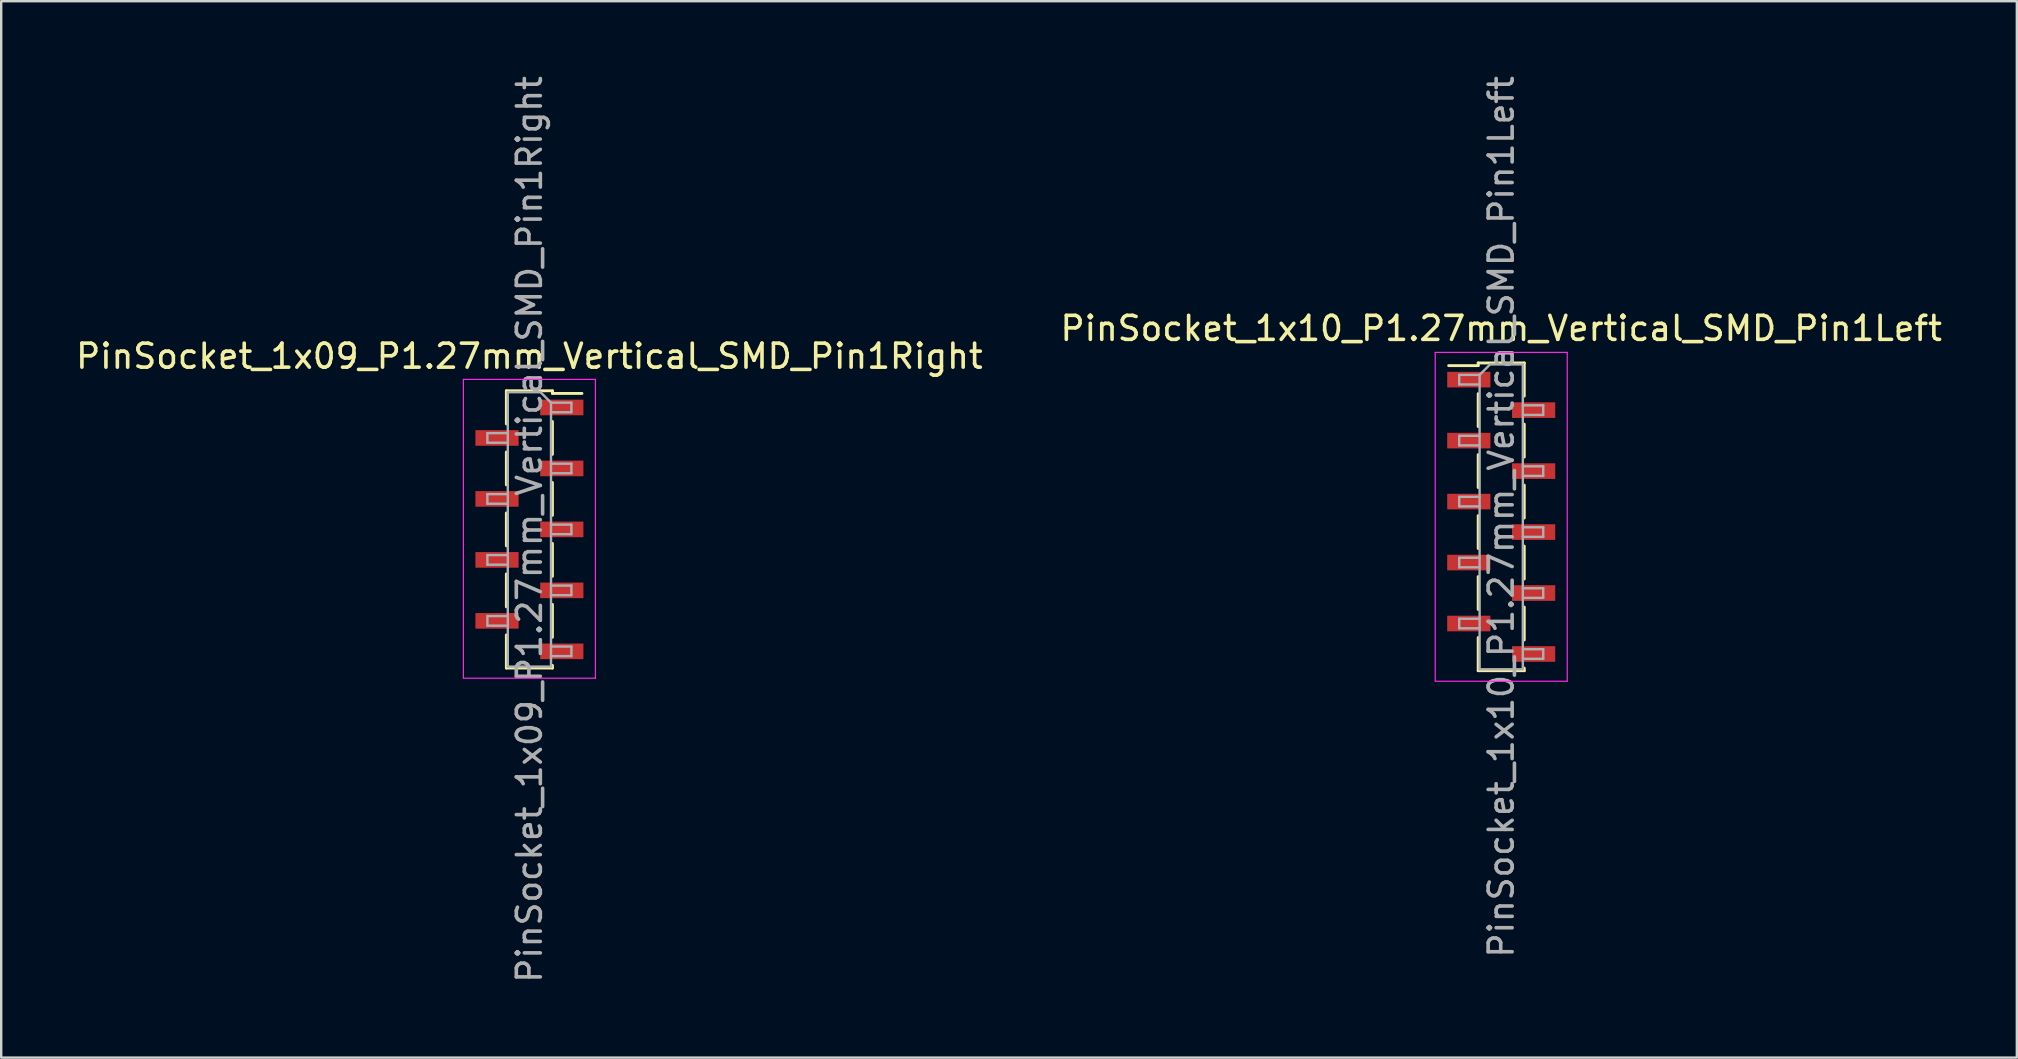
<source format=kicad_pcb>
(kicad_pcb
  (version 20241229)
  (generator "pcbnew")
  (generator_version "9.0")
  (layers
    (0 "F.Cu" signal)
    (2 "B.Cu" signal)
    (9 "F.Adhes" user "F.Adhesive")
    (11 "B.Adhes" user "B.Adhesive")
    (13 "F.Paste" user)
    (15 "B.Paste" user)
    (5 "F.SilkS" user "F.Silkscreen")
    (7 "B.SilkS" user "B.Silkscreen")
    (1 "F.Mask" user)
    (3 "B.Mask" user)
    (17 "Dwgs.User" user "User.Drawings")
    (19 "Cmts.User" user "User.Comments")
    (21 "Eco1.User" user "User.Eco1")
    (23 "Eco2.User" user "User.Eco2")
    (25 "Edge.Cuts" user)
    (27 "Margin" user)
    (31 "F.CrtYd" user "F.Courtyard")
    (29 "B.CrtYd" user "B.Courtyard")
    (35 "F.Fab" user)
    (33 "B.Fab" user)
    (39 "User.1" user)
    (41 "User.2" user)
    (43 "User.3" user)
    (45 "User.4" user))
  (footprint "PinSocket_1x10_P1.27mm_Vertical_SMD_Pin1Left"
    (layer "F.Cu")
    (at 59.494 18.482)
    (property "Reference" "PinSocket_1x10_P1.27mm_Vertical_SMD_Pin1Left" (at 0 -7.85 0) (layer "F.SilkS") (effects (font (size 1 1) (thickness 0.15))))
    (attr smd)
    (fp_line (start -2.19 -6.3) (end -0.96 -6.3) (stroke (width 0.12) (type solid)) (layer "F.SilkS"))
    (fp_line (start -0.96 -6.41) (end -0.96 -6.3) (stroke (width 0.12) (type solid)) (layer "F.SilkS"))
    (fp_line (start -0.96 -6.41) (end 0.96 -6.41) (stroke (width 0.12) (type solid)) (layer "F.SilkS"))
    (fp_line (start -0.96 -5.13) (end -0.96 -3.76) (stroke (width 0.12) (type solid)) (layer "F.SilkS"))
    (fp_line (start -0.96 -2.59) (end -0.96 -1.22) (stroke (width 0.12) (type solid)) (layer "F.SilkS"))
    (fp_line (start -0.96 -0.05) (end -0.96 1.32) (stroke (width 0.12) (type solid)) (layer "F.SilkS"))
    (fp_line (start -0.96 2.49) (end -0.96 3.86) (stroke (width 0.12) (type solid)) (layer "F.SilkS"))
    (fp_line (start -0.96 5.03) (end -0.96 6.41) (stroke (width 0.12) (type solid)) (layer "F.SilkS"))
    (fp_line (start -0.96 6.41) (end 0.96 6.41) (stroke (width 0.12) (type solid)) (layer "F.SilkS"))
    (fp_line (start 0.96 -6.41) (end 0.96 -5.03) (stroke (width 0.12) (type solid)) (layer "F.SilkS"))
    (fp_line (start 0.96 -3.86) (end 0.96 -2.49) (stroke (width 0.12) (type solid)) (layer "F.SilkS"))
    (fp_line (start 0.96 -1.32) (end 0.96 0.05) (stroke (width 0.12) (type solid)) (layer "F.SilkS"))
    (fp_line (start 0.96 1.22) (end 0.96 2.59) (stroke (width 0.12) (type solid)) (layer "F.SilkS"))
    (fp_line (start 0.96 3.76) (end 0.96 5.13) (stroke (width 0.12) (type solid)) (layer "F.SilkS"))
    (fp_line (start 0.96 6.3) (end 0.96 6.41) (stroke (width 0.12) (type solid)) (layer "F.SilkS"))
    (fp_line (start -2.75 -6.85) (end 2.75 -6.85) (stroke (width 0.05) (type solid)) (layer "F.CrtYd"))
    (fp_line (start -2.75 6.85) (end -2.75 -6.85) (stroke (width 0.05) (type solid)) (layer "F.CrtYd"))
    (fp_line (start 2.75 -6.85) (end 2.75 6.85) (stroke (width 0.05) (type solid)) (layer "F.CrtYd"))
    (fp_line (start 2.75 6.85) (end -2.75 6.85) (stroke (width 0.05) (type solid)) (layer "F.CrtYd"))
    (fp_line (start -1.75 -5.915) (end -0.9 -5.915) (stroke (width 0.1) (type solid)) (layer "F.Fab"))
    (fp_line (start -1.75 -5.515) (end -1.75 -5.915) (stroke (width 0.1) (type solid)) (layer "F.Fab"))
    (fp_line (start -1.75 -3.375) (end -0.9 -3.375) (stroke (width 0.1) (type solid)) (layer "F.Fab"))
    (fp_line (start -1.75 -2.975) (end -1.75 -3.375) (stroke (width 0.1) (type solid)) (layer "F.Fab"))
    (fp_line (start -1.75 -0.835) (end -0.9 -0.835) (stroke (width 0.1) (type solid)) (layer "F.Fab"))
    (fp_line (start -1.75 -0.435) (end -1.75 -0.835) (stroke (width 0.1) (type solid)) (layer "F.Fab"))
    (fp_line (start -1.75 1.705) (end -0.9 1.705) (stroke (width 0.1) (type solid)) (layer "F.Fab"))
    (fp_line (start -1.75 2.105) (end -1.75 1.705) (stroke (width 0.1) (type solid)) (layer "F.Fab"))
    (fp_line (start -1.75 4.245) (end -0.9 4.245) (stroke (width 0.1) (type solid)) (layer "F.Fab"))
    (fp_line (start -1.75 4.645) (end -1.75 4.245) (stroke (width 0.1) (type solid)) (layer "F.Fab"))
    (fp_line (start -0.9 -5.915) (end -0.465 -6.35) (stroke (width 0.1) (type solid)) (layer "F.Fab"))
    (fp_line (start -0.9 -5.515) (end -1.75 -5.515) (stroke (width 0.1) (type solid)) (layer "F.Fab"))
    (fp_line (start -0.9 -2.975) (end -1.75 -2.975) (stroke (width 0.1) (type solid)) (layer "F.Fab"))
    (fp_line (start -0.9 -0.435) (end -1.75 -0.435) (stroke (width 0.1) (type solid)) (layer "F.Fab"))
    (fp_line (start -0.9 2.105) (end -1.75 2.105) (stroke (width 0.1) (type solid)) (layer "F.Fab"))
    (fp_line (start -0.9 4.645) (end -1.75 4.645) (stroke (width 0.1) (type solid)) (layer "F.Fab"))
    (fp_line (start -0.9 6.35) (end -0.9 -5.915) (stroke (width 0.1) (type solid)) (layer "F.Fab"))
    (fp_line (start -0.465 -6.35) (end 0.9 -6.35) (stroke (width 0.1) (type solid)) (layer "F.Fab"))
    (fp_line (start 0.9 -6.35) (end 0.9 6.35) (stroke (width 0.1) (type solid)) (layer "F.Fab"))
    (fp_line (start 0.9 -4.645) (end 1.75 -4.645) (stroke (width 0.1) (type solid)) (layer "F.Fab"))
    (fp_line (start 0.9 -2.105) (end 1.75 -2.105) (stroke (width 0.1) (type solid)) (layer "F.Fab"))
    (fp_line (start 0.9 0.435) (end 1.75 0.435) (stroke (width 0.1) (type solid)) (layer "F.Fab"))
    (fp_line (start 0.9 2.975) (end 1.75 2.975) (stroke (width 0.1) (type solid)) (layer "F.Fab"))
    (fp_line (start 0.9 5.515) (end 1.75 5.515) (stroke (width 0.1) (type solid)) (layer "F.Fab"))
    (fp_line (start 0.9 6.35) (end -0.9 6.35) (stroke (width 0.1) (type solid)) (layer "F.Fab"))
    (fp_line (start 1.75 -4.645) (end 1.75 -4.245) (stroke (width 0.1) (type solid)) (layer "F.Fab"))
    (fp_line (start 1.75 -4.245) (end 0.9 -4.245) (stroke (width 0.1) (type solid)) (layer "F.Fab"))
    (fp_line (start 1.75 -2.105) (end 1.75 -1.705) (stroke (width 0.1) (type solid)) (layer "F.Fab"))
    (fp_line (start 1.75 -1.705) (end 0.9 -1.705) (stroke (width 0.1) (type solid)) (layer "F.Fab"))
    (fp_line (start 1.75 0.435) (end 1.75 0.835) (stroke (width 0.1) (type solid)) (layer "F.Fab"))
    (fp_line (start 1.75 0.835) (end 0.9 0.835) (stroke (width 0.1) (type solid)) (layer "F.Fab"))
    (fp_line (start 1.75 2.975) (end 1.75 3.375) (stroke (width 0.1) (type solid)) (layer "F.Fab"))
    (fp_line (start 1.75 3.375) (end 0.9 3.375) (stroke (width 0.1) (type solid)) (layer "F.Fab"))
    (fp_line (start 1.75 5.515) (end 1.75 5.915) (stroke (width 0.1) (type solid)) (layer "F.Fab"))
    (fp_line (start 1.75 5.915) (end 0.9 5.915) (stroke (width 0.1) (type solid)) (layer "F.Fab"))
    (fp_text user "${REFERENCE}" (at 0 0 90) (layer "F.Fab") (effects (font (size 1 1) (thickness 0.15))))
    (pad "1" smd rect (at -1.35 -5.715) (size 1.8 0.65) (layers "F.Cu" "F.Mask" "F.Paste"))
    (pad "2" smd rect (at 1.35 -4.445) (size 1.8 0.65) (layers "F.Cu" "F.Mask" "F.Paste"))
    (pad "3" smd rect (at -1.35 -3.175) (size 1.8 0.65) (layers "F.Cu" "F.Mask" "F.Paste"))
    (pad "4" smd rect (at 1.35 -1.905) (size 1.8 0.65) (layers "F.Cu" "F.Mask" "F.Paste"))
    (pad "5" smd rect (at -1.35 -0.635) (size 1.8 0.65) (layers "F.Cu" "F.Mask" "F.Paste"))
    (pad "6" smd rect (at 1.35 0.635) (size 1.8 0.65) (layers "F.Cu" "F.Mask" "F.Paste"))
    (pad "7" smd rect (at -1.35 1.905) (size 1.8 0.65) (layers "F.Cu" "F.Mask" "F.Paste"))
    (pad "8" smd rect (at 1.35 3.175) (size 1.8 0.65) (layers "F.Cu" "F.Mask" "F.Paste"))
    (pad "9" smd rect (at -1.35 4.445) (size 1.8 0.65) (layers "F.Cu" "F.Mask" "F.Paste"))
    (pad "10" smd rect (at 1.35 5.715) (size 1.8 0.65) (layers "F.Cu" "F.Mask" "F.Paste")))
  (footprint "PinSocket_1x09_P1.27mm_Vertical_SMD_Pin1Right"
    (layer "F.Cu")
    (at 19.006 19.006)
    (property "Reference" "PinSocket_1x09_P1.27mm_Vertical_SMD_Pin1Right" (at 0 -7.215 0) (layer "F.SilkS") (effects (font (size 1 1) (thickness 0.15))))
    (attr smd)
    (fp_line (start -0.96 -5.775) (end -0.96 -4.395) (stroke (width 0.12) (type solid)) (layer "F.SilkS"))
    (fp_line (start -0.96 -5.775) (end 0.96 -5.775) (stroke (width 0.12) (type solid)) (layer "F.SilkS"))
    (fp_line (start -0.96 -3.225) (end -0.96 -1.855) (stroke (width 0.12) (type solid)) (layer "F.SilkS"))
    (fp_line (start -0.96 -0.685) (end -0.96 0.685) (stroke (width 0.12) (type solid)) (layer "F.SilkS"))
    (fp_line (start -0.96 1.855) (end -0.96 3.225) (stroke (width 0.12) (type solid)) (layer "F.SilkS"))
    (fp_line (start -0.96 4.395) (end -0.96 5.775) (stroke (width 0.12) (type solid)) (layer "F.SilkS"))
    (fp_line (start -0.96 5.775) (end 0.96 5.775) (stroke (width 0.12) (type solid)) (layer "F.SilkS"))
    (fp_line (start 0.96 -5.775) (end 0.96 -5.665) (stroke (width 0.12) (type solid)) (layer "F.SilkS"))
    (fp_line (start 0.96 -5.665) (end 2.19 -5.665) (stroke (width 0.12) (type solid)) (layer "F.SilkS"))
    (fp_line (start 0.96 -4.495) (end 0.96 -3.125) (stroke (width 0.12) (type solid)) (layer "F.SilkS"))
    (fp_line (start 0.96 -1.955) (end 0.96 -0.585) (stroke (width 0.12) (type solid)) (layer "F.SilkS"))
    (fp_line (start 0.96 0.585) (end 0.96 1.955) (stroke (width 0.12) (type solid)) (layer "F.SilkS"))
    (fp_line (start 0.96 3.125) (end 0.96 4.495) (stroke (width 0.12) (type solid)) (layer "F.SilkS"))
    (fp_line (start 0.96 5.665) (end 0.96 5.775) (stroke (width 0.12) (type solid)) (layer "F.SilkS"))
    (fp_line (start -2.75 -6.25) (end 2.75 -6.25) (stroke (width 0.05) (type solid)) (layer "F.CrtYd"))
    (fp_line (start -2.75 6.2) (end -2.75 -6.25) (stroke (width 0.05) (type solid)) (layer "F.CrtYd"))
    (fp_line (start 2.75 -6.25) (end 2.75 6.2) (stroke (width 0.05) (type solid)) (layer "F.CrtYd"))
    (fp_line (start 2.75 6.2) (end -2.75 6.2) (stroke (width 0.05) (type solid)) (layer "F.CrtYd"))
    (fp_line (start -1.75 -4.01) (end -0.9 -4.01) (stroke (width 0.1) (type solid)) (layer "F.Fab"))
    (fp_line (start -1.75 -3.61) (end -1.75 -4.01) (stroke (width 0.1) (type solid)) (layer "F.Fab"))
    (fp_line (start -1.75 -1.47) (end -0.9 -1.47) (stroke (width 0.1) (type solid)) (layer "F.Fab"))
    (fp_line (start -1.75 -1.07) (end -1.75 -1.47) (stroke (width 0.1) (type solid)) (layer "F.Fab"))
    (fp_line (start -1.75 1.07) (end -0.9 1.07) (stroke (width 0.1) (type solid)) (layer "F.Fab"))
    (fp_line (start -1.75 1.47) (end -1.75 1.07) (stroke (width 0.1) (type solid)) (layer "F.Fab"))
    (fp_line (start -1.75 3.61) (end -0.9 3.61) (stroke (width 0.1) (type solid)) (layer "F.Fab"))
    (fp_line (start -1.75 4.01) (end -1.75 3.61) (stroke (width 0.1) (type solid)) (layer "F.Fab"))
    (fp_line (start -0.9 -5.715) (end 0.465 -5.715) (stroke (width 0.1) (type solid)) (layer "F.Fab"))
    (fp_line (start -0.9 -3.61) (end -1.75 -3.61) (stroke (width 0.1) (type solid)) (layer "F.Fab"))
    (fp_line (start -0.9 -1.07) (end -1.75 -1.07) (stroke (width 0.1) (type solid)) (layer "F.Fab"))
    (fp_line (start -0.9 1.47) (end -1.75 1.47) (stroke (width 0.1) (type solid)) (layer "F.Fab"))
    (fp_line (start -0.9 4.01) (end -1.75 4.01) (stroke (width 0.1) (type solid)) (layer "F.Fab"))
    (fp_line (start -0.9 5.715) (end -0.9 -5.715) (stroke (width 0.1) (type solid)) (layer "F.Fab"))
    (fp_line (start 0.465 -5.715) (end 0.9 -5.28) (stroke (width 0.1) (type solid)) (layer "F.Fab"))
    (fp_line (start 0.9 -5.28) (end 0.9 5.715) (stroke (width 0.1) (type solid)) (layer "F.Fab"))
    (fp_line (start 0.9 -5.28) (end 1.75 -5.28) (stroke (width 0.1) (type solid)) (layer "F.Fab"))
    (fp_line (start 0.9 -2.74) (end 1.75 -2.74) (stroke (width 0.1) (type solid)) (layer "F.Fab"))
    (fp_line (start 0.9 -0.2) (end 1.75 -0.2) (stroke (width 0.1) (type solid)) (layer "F.Fab"))
    (fp_line (start 0.9 2.34) (end 1.75 2.34) (stroke (width 0.1) (type solid)) (layer "F.Fab"))
    (fp_line (start 0.9 4.88) (end 1.75 4.88) (stroke (width 0.1) (type solid)) (layer "F.Fab"))
    (fp_line (start 0.9 5.715) (end -0.9 5.715) (stroke (width 0.1) (type solid)) (layer "F.Fab"))
    (fp_line (start 1.75 -5.28) (end 1.75 -4.88) (stroke (width 0.1) (type solid)) (layer "F.Fab"))
    (fp_line (start 1.75 -4.88) (end 0.9 -4.88) (stroke (width 0.1) (type solid)) (layer "F.Fab"))
    (fp_line (start 1.75 -2.74) (end 1.75 -2.34) (stroke (width 0.1) (type solid)) (layer "F.Fab"))
    (fp_line (start 1.75 -2.34) (end 0.9 -2.34) (stroke (width 0.1) (type solid)) (layer "F.Fab"))
    (fp_line (start 1.75 -0.2) (end 1.75 0.2) (stroke (width 0.1) (type solid)) (layer "F.Fab"))
    (fp_line (start 1.75 0.2) (end 0.9 0.2) (stroke (width 0.1) (type solid)) (layer "F.Fab"))
    (fp_line (start 1.75 2.34) (end 1.75 2.74) (stroke (width 0.1) (type solid)) (layer "F.Fab"))
    (fp_line (start 1.75 2.74) (end 0.9 2.74) (stroke (width 0.1) (type solid)) (layer "F.Fab"))
    (fp_line (start 1.75 4.88) (end 1.75 5.28) (stroke (width 0.1) (type solid)) (layer "F.Fab"))
    (fp_line (start 1.75 5.28) (end 0.9 5.28) (stroke (width 0.1) (type solid)) (layer "F.Fab"))
    (fp_text user "${REFERENCE}" (at 0 0 90) (layer "F.Fab") (effects (font (size 1 1) (thickness 0.15))))
    (pad "1" smd rect (at 1.35 -5.08) (size 1.8 0.65) (layers "F.Cu" "F.Mask" "F.Paste"))
    (pad "2" smd rect (at -1.35 -3.81) (size 1.8 0.65) (layers "F.Cu" "F.Mask" "F.Paste"))
    (pad "3" smd rect (at 1.35 -2.54) (size 1.8 0.65) (layers "F.Cu" "F.Mask" "F.Paste"))
    (pad "4" smd rect (at -1.35 -1.27) (size 1.8 0.65) (layers "F.Cu" "F.Mask" "F.Paste"))
    (pad "5" smd rect (at 1.35 0) (size 1.8 0.65) (layers "F.Cu" "F.Mask" "F.Paste"))
    (pad "6" smd rect (at -1.35 1.27) (size 1.8 0.65) (layers "F.Cu" "F.Mask" "F.Paste"))
    (pad "7" smd rect (at 1.35 2.54) (size 1.8 0.65) (layers "F.Cu" "F.Mask" "F.Paste"))
    (pad "8" smd rect (at -1.35 3.81) (size 1.8 0.65) (layers "F.Cu" "F.Mask" "F.Paste"))
    (pad "9" smd rect (at 1.35 5.08) (size 1.8 0.65) (layers "F.Cu" "F.Mask" "F.Paste")))
  (gr_rect
    (start -3 -3)
    (end 80.976 41.012)
    (stroke (width 0.1) (type default))
    (fill no)
    (layer "Edge.Cuts")))
</source>
